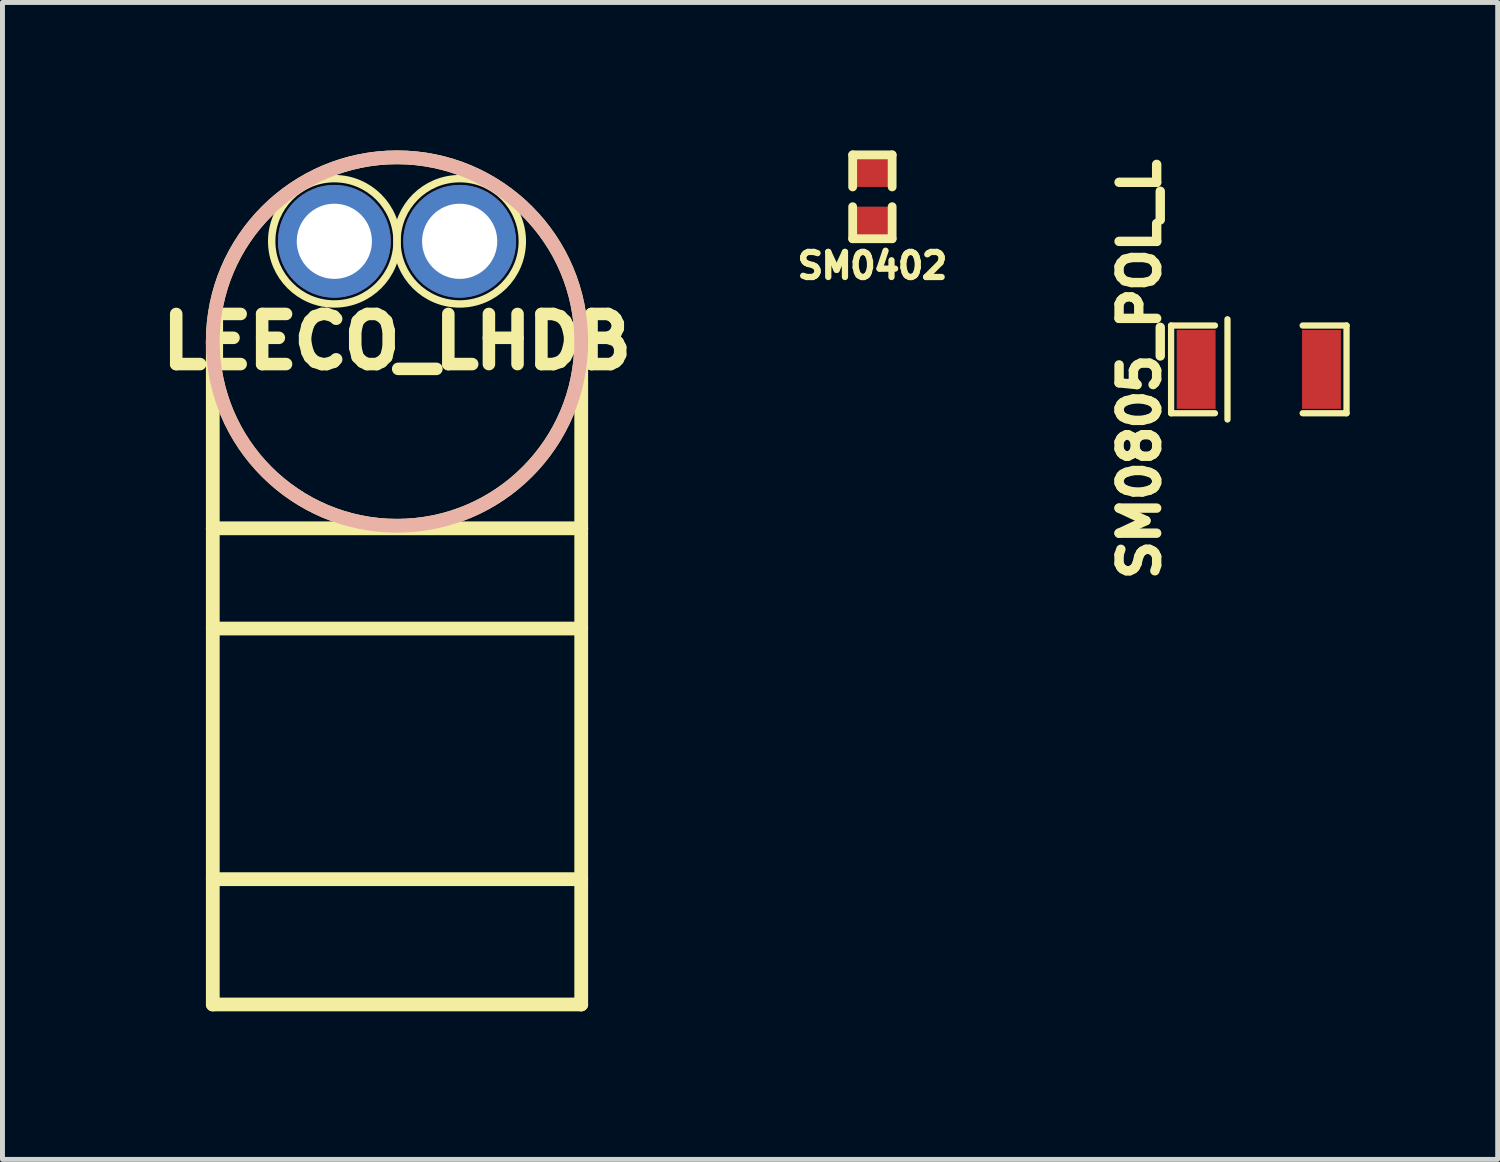
<source format=kicad_pcb>
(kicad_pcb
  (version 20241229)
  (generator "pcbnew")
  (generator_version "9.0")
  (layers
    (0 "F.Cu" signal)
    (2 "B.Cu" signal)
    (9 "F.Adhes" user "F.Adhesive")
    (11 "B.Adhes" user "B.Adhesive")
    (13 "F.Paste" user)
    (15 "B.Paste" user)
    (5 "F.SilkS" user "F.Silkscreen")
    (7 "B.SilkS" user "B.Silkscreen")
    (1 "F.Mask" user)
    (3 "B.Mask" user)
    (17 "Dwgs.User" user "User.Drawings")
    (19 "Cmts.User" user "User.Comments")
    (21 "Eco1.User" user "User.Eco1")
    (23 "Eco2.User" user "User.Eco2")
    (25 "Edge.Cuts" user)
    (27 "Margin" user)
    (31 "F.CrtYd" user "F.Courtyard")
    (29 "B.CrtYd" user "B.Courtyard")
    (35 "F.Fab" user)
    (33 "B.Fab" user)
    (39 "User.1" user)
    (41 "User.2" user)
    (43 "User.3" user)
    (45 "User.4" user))
  (footprint "SM0402"
    (layer "F.Cu")
    (at 14.633 0.939)
    (property "Reference" "SM0402" (at 0 1.397 180) (layer "F.SilkS") (effects (font (size 0.508 0.508) (thickness 0.127))))
    (attr smd)
    (fp_line (start -0.4 -0.85) (end -0.4 -0.2) (stroke (width 0.178) (type solid)) (layer "F.SilkS"))
    (fp_line (start -0.4 0.85) (end -0.4 0.2) (stroke (width 0.178) (type solid)) (layer "F.SilkS"))
    (fp_line (start 0.4 -0.85) (end -0.4 -0.85) (stroke (width 0.178) (type solid)) (layer "F.SilkS"))
    (fp_line (start 0.4 -0.2) (end 0.4 -0.85) (stroke (width 0.178) (type solid)) (layer "F.SilkS"))
    (fp_line (start 0.4 0.2) (end 0.4 0.85) (stroke (width 0.178) (type solid)) (layer "F.SilkS"))
    (fp_line (start 0.4 0.85) (end -0.4 0.85) (stroke (width 0.178) (type solid)) (layer "F.SilkS"))
    (pad "1" smd rect (at 0 -0.5 270) (size 0.6 0.7) (layers "F.Cu" "F.Mask" "F.Paste"))
    (pad "2" smd rect (at 0 0.5 270) (size 0.6 0.7) (layers "F.Cu" "F.Mask" "F.Paste")))
  (footprint "LEECO_LHDB"
    (layer "F.Cu")
    (at 4.997 1.841)
    (property "Reference" "LEECO_LHDB" (at 0 2.032 0) (layer "F.SilkS") (effects (font (size 1.016 1.016) (thickness 0.254))))
    (attr through_hole)
    (fp_line (start -3.734 2.032) (end -3.734 5.817) (stroke (width 0.279) (type solid)) (layer "F.SilkS"))
    (fp_line (start -3.734 5.817) (end 3.734 5.817) (stroke (width 0.279) (type solid)) (layer "F.SilkS"))
    (fp_line (start -3.734 7.849) (end 3.734 7.849) (stroke (width 0.279) (type solid)) (layer "F.SilkS"))
    (fp_line (start -3.734 12.929) (end 3.734 12.929) (stroke (width 0.279) (type solid)) (layer "F.SilkS"))
    (fp_line (start -3.734 15.469) (end -3.734 5.817) (stroke (width 0.279) (type solid)) (layer "F.SilkS"))
    (fp_line (start -3.734 15.469) (end 3.734 15.469) (stroke (width 0.279) (type solid)) (layer "F.SilkS"))
    (fp_line (start 3.734 5.817) (end 3.734 2.032) (stroke (width 0.279) (type solid)) (layer "F.SilkS"))
    (fp_line (start 3.734 15.469) (end 3.734 5.817) (stroke (width 0.279) (type solid)) (layer "F.SilkS"))
    (fp_circle (center -1.27 0) (end -1.27 -1.27) (stroke (width 0.15) (type solid)) (fill no) (layer "F.SilkS"))
    (fp_circle (center 0 2.032) (end 3.734 2.032) (stroke (width 0.279) (type solid)) (fill no) (layer "F.SilkS"))
    (fp_circle (center 1.27 0) (end 1.27 -1.27) (stroke (width 0.15) (type solid)) (fill no) (layer "F.SilkS"))
    (fp_circle (center 0 2.032) (end 3.734 2.032) (stroke (width 0.279) (type solid)) (fill no) (layer "B.SilkS"))
    (pad "1" thru_hole circle (at -1.27 0) (size 2.286 2.286) (drill 1.524) (layers "*.Cu" "*.Mask"))
    (pad "2" thru_hole circle (at 1.27 0) (size 2.286 2.286) (drill 1.524) (layers "*.Cu" "*.Mask")))
  (footprint "SM0805_POL_L"
    (layer "F.Cu")
    (at 22.465 4.437)
    (property "Reference" "SM0805_POL_L" (at -2.413 0 90) (layer "F.SilkS") (effects (font (size 0.762 0.762) (thickness 0.191))))
    (attr smd)
    (fp_line (start -1.778 -0.889) (end -1.778 0.889) (stroke (width 0.127) (type solid)) (layer "F.SilkS"))
    (fp_line (start -1.778 0.889) (end -0.889 0.889) (stroke (width 0.127) (type solid)) (layer "F.SilkS"))
    (fp_line (start -0.889 -0.889) (end -1.778 -0.889) (stroke (width 0.127) (type solid)) (layer "F.SilkS"))
    (fp_line (start -0.635 -1.016) (end -0.635 1.016) (stroke (width 0.127) (type solid)) (layer "F.SilkS"))
    (fp_line (start 0.889 -0.889) (end 1.778 -0.889) (stroke (width 0.127) (type solid)) (layer "F.SilkS"))
    (fp_line (start 1.778 -0.889) (end 1.778 0.889) (stroke (width 0.127) (type solid)) (layer "F.SilkS"))
    (fp_line (start 1.778 0.889) (end 0.889 0.889) (stroke (width 0.127) (type solid)) (layer "F.SilkS"))
    (pad "1" smd rect (at -1.27 0) (size 0.787 1.6) (layers "F.Cu" "F.Mask" "F.Paste"))
    (pad "2" smd rect (at 1.27 0) (size 0.787 1.6) (layers "F.Cu" "F.Mask" "F.Paste")))
  (gr_rect
    (start -3 -3)
    (end 27.307 20.45)
    (stroke (width 0.1) (type default))
    (fill no)
    (layer "Edge.Cuts")))
</source>
